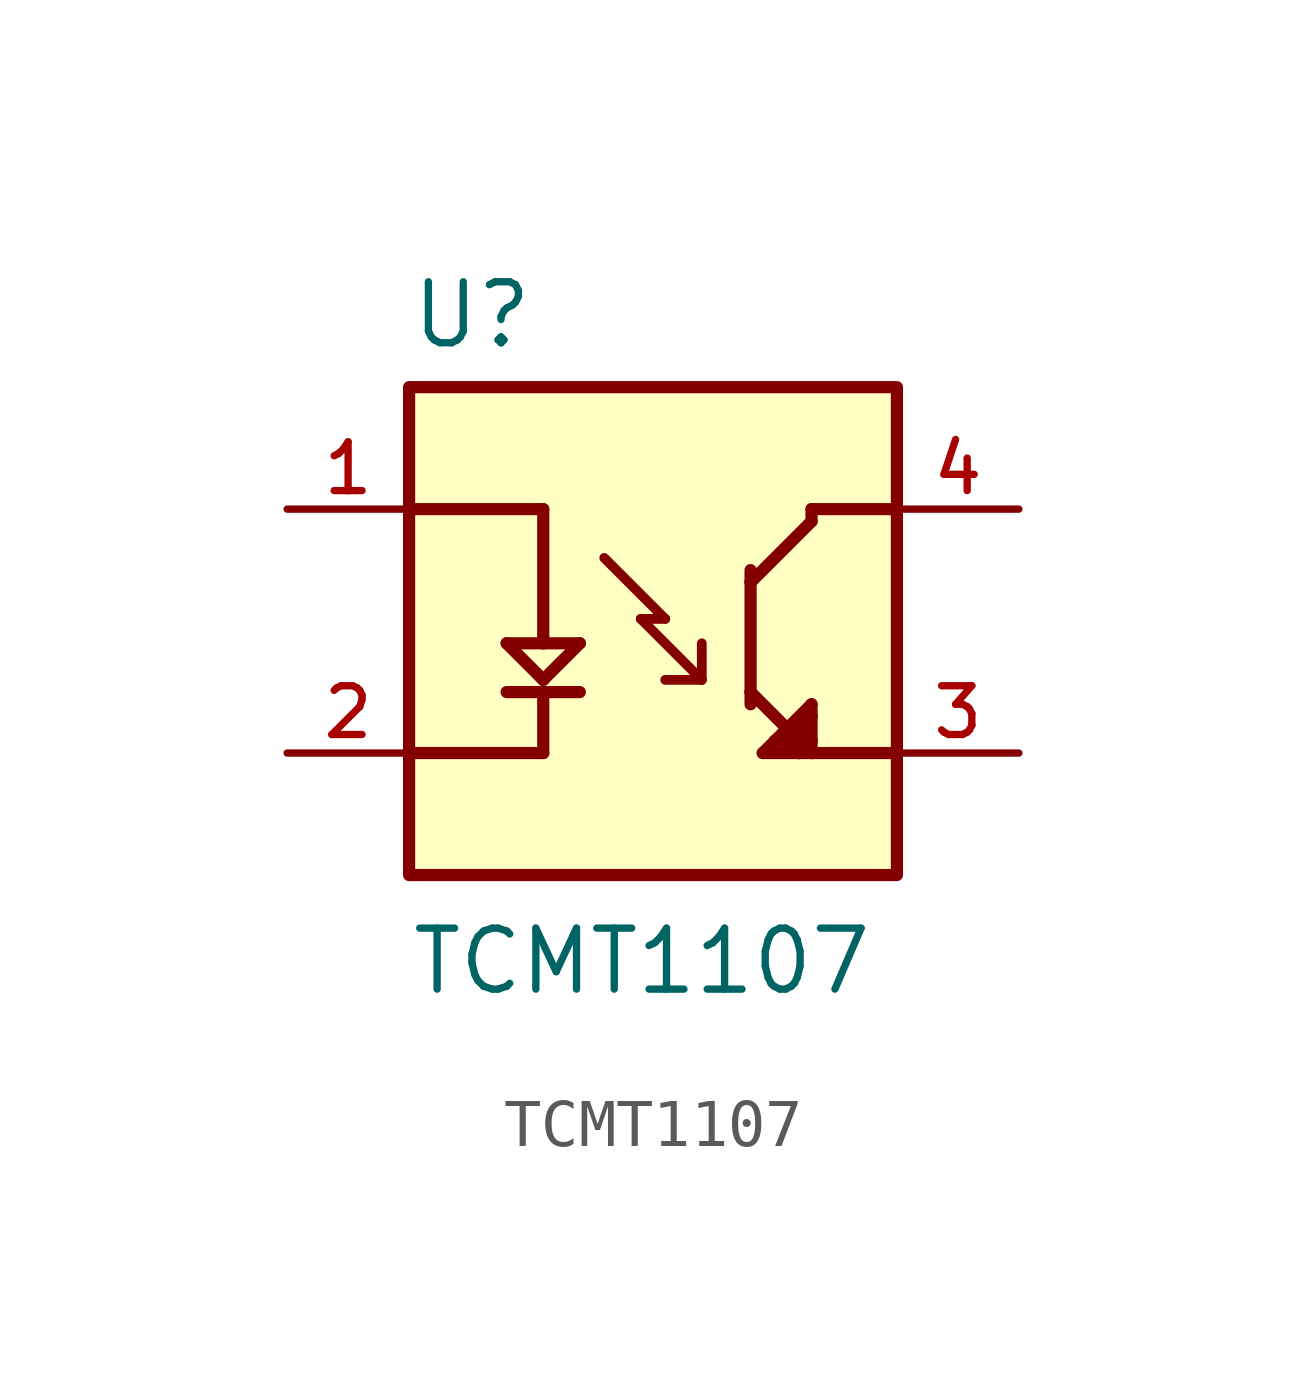
<source format=kicad_sym>
(kicad_symbol_lib
  (version 20211014)
  (generator kicad_symbol_editor)
  (symbol "TCMT1107"
    (pin_names
      (offset 1.016))
    (property "Reference" "U"
      (at -5.08 5.842 0)
      (effects (font (size 1.27 1.27)) (justify bottom left)))
    (property "Value" "TCMT1107"
      (at -5.08 -7.62 0)
      (effects (font (size 1.27 1.27)) (justify bottom left)))
    (symbol "TCMT1107_0_0"
      (polyline (pts (xy -5.08 2.54) (xy -2.286 2.54)) (stroke (width 0.254)))
      (polyline (pts (xy -2.286 2.54) (xy -2.286 -0.254)) (stroke (width 0.254)))
      (polyline (pts (xy -2.286 -0.254) (xy -1.524 -0.254)) (stroke (width 0.254)))
      (polyline (pts (xy -2.286 -0.254) (xy -3.048 -0.254)) (stroke (width 0.254)))
      (polyline (pts (xy -3.048 -0.254) (xy -2.286 -1.016)) (stroke (width 0.254)))
      (polyline (pts (xy -2.286 -1.016) (xy -1.524 -0.254)) (stroke (width 0.254)))
      (polyline (pts (xy -3.048 -1.27) (xy -1.524 -1.27)) (stroke (width 0.254)))
      (polyline (pts (xy -2.286 -1.27) (xy -2.286 -2.54)) (stroke (width 0.254)))
      (polyline (pts (xy -2.286 -2.54) (xy -5.08 -2.54)) (stroke (width 0.254)))
      (polyline (pts (xy 5.08 2.54) (xy 3.302 2.54)) (stroke (width 0.254)))
      (polyline (pts (xy 3.302 2.54) (xy 3.302 2.286)) (stroke (width 0.254)))
      (polyline (pts (xy 3.302 2.286) (xy 2.032 1.016)) (stroke (width 0.254)))
      (polyline (pts (xy 2.032 1.016) (xy 2.032 -1.27)) (stroke (width 0.254)))
      (polyline (pts (xy 2.032 -1.27) (xy 3.302 -2.54)) (stroke (width 0.254)))
      (polyline (pts (xy 3.302 -2.54) (xy 5.08 -2.54)) (stroke (width 0.254)))
      (polyline (pts (xy 3.302 -2.286) (xy 3.302 -1.778)) (stroke (width 0.254)))
      (polyline (pts (xy 3.302 -1.778) (xy 3.302 -1.524)) (stroke (width 0.254)))
      (polyline (pts (xy 3.302 -1.524) (xy 2.54 -2.286)) (stroke (width 0.254)))
      (polyline (pts (xy 2.54 -2.286) (xy 2.286 -2.54)) (stroke (width 0.254)))
      (polyline (pts (xy 2.286 -2.54) (xy 3.048 -2.54)) (stroke (width 0.254)))
      (polyline (pts (xy 3.048 -2.54) (xy 3.302 -2.54)) (stroke (width 0.254)))
      (polyline (pts (xy 3.302 -2.54) (xy 3.302 -2.286)) (stroke (width 0.254)))
      (polyline (pts (xy 3.302 -2.286) (xy 3.048 -2.032)) (stroke (width 0.254)))
      (polyline (pts (xy 3.048 -2.032) (xy 2.794 -2.286)) (stroke (width 0.254)))
      (polyline (pts (xy 2.54 -2.286) (xy 2.794 -2.286)) (stroke (width 0.254)))
      (polyline (pts (xy 2.794 -2.286) (xy 3.048 -2.54)) (stroke (width 0.254)))
      (polyline (pts (xy 3.048 -2.54) (xy 3.048 -2.032)) (stroke (width 0.254)))
      (polyline (pts (xy 3.048 -2.032) (xy 3.302 -1.778)) (stroke (width 0.254)))
      (polyline (pts (xy 2.032 -1.27) (xy 2.032 -1.524)) (stroke (width 0.254)))
      (polyline (pts (xy 2.032 1.016) (xy 2.032 1.27)) (stroke (width 0.254)))
      (polyline (pts (xy 0.254 0.254) (xy -0.254 0.254)) (stroke (width 0.203)))
      (polyline (pts (xy -0.254 0.254) (xy 1.016 -1.016)) (stroke (width 0.203)))
      (polyline (pts (xy 1.016 -1.016) (xy 1.016 -0.254)) (stroke (width 0.203)))
      (polyline (pts (xy 1.016 -1.016) (xy 0.254 -1.016)) (stroke (width 0.203)))
      (polyline (pts (xy -1.016 1.524) (xy 0.254 0.254)) (stroke (width 0.203)))
      (rectangle (start -5.08 -5.08) (end 5.08 5.08) (stroke (width 0.254)) (fill (type background)))
      (pin passive line (at -7.62 2.54 0) (length 2.54) (name "~" (effects (font (size 1.016 1.016)))) (number "1" (effects (font (size 1.016 1.016)))))
      (pin passive line (at -7.62 -2.54 0) (length 2.54) (name "~" (effects (font (size 1.016 1.016)))) (number "2" (effects (font (size 1.016 1.016)))))
      (pin passive line (at 7.62 2.54 180.0) (length 2.54) (name "~" (effects (font (size 1.016 1.016)))) (number "4" (effects (font (size 1.016 1.016)))))
      (pin passive line (at 7.62 -2.54 180.0) (length 2.54) (name "~" (effects (font (size 1.016 1.016)))) (number "3" (effects (font (size 1.016 1.016))))))))
</source>
